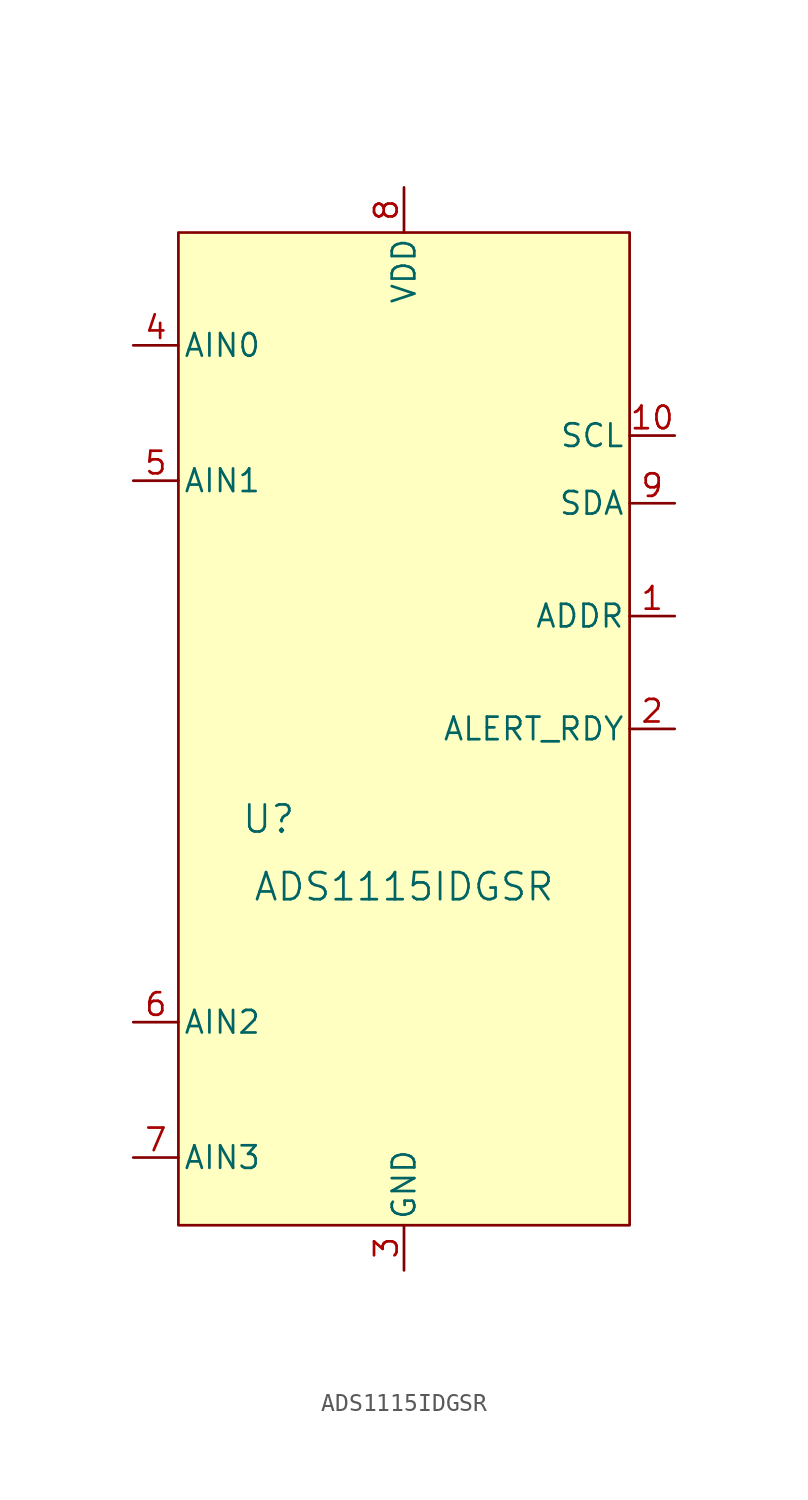
<source format=kicad_sym>
(kicad_symbol_lib
  (version 20241209)
  (generator "kicad_symbol_editor")
  (generator_version "9.0")
  (symbol "ADS1115IDGSR"
    (pin_names
      (offset 0.254))
    (property "Reference" "U"
      (at -12.7 -20.32 0)
      (effects (font (size 1.524 1.524))))
    (property "Value" "ADS1115IDGSR"
      (at -5.08 -24.13 0)
      (effects (font (size 1.524 1.524))))
    (symbol "ADS1115IDGSR_1_1"
      (rectangle (start -17.78 12.7) (end 7.62 -43.18) (stroke (width 0) (type default)) (fill (type background)))
      (pin input line (at -20.32 6.35 0) (length 2.54) (name "AIN0" (effects (font (size 1.27 1.27)))) (number "4" (effects (font (size 1.27 1.27)))))
      (pin input line (at -20.32 -1.27 0) (length 2.54) (name "AIN1" (effects (font (size 1.27 1.27)))) (number "5" (effects (font (size 1.27 1.27)))))
      (pin input line (at -20.32 -31.75 0) (length 2.54) (name "AIN2" (effects (font (size 1.27 1.27)))) (number "6" (effects (font (size 1.27 1.27)))))
      (pin input line (at -20.32 -39.37 0) (length 2.54) (name "AIN3" (effects (font (size 1.27 1.27)))) (number "7" (effects (font (size 1.27 1.27)))))
      (pin power_in line (at -5.08 15.24 270) (length 2.54) (name "VDD" (effects (font (size 1.27 1.27)))) (number "8" (effects (font (size 1.27 1.27)))))
      (pin power_in line (at -5.08 -45.72 90) (length 2.54) (name "GND" (effects (font (size 1.27 1.27)))) (number "3" (effects (font (size 1.27 1.27)))))
      (pin input line (at 10.16 1.27 180) (length 2.54) (name "SCL" (effects (font (size 1.27 1.27)))) (number "10" (effects (font (size 1.27 1.27)))))
      (pin bidirectional line (at 10.16 -2.54 180) (length 2.54) (name "SDA" (effects (font (size 1.27 1.27)))) (number "9" (effects (font (size 1.27 1.27)))))
      (pin input line (at 10.16 -8.89 180) (length 2.54) (name "ADDR" (effects (font (size 1.27 1.27)))) (number "1" (effects (font (size 1.27 1.27)))))
      (pin output line (at 10.16 -15.24 180) (length 2.54) (name "ALERT_RDY" (effects (font (size 1.27 1.27)))) (number "2" (effects (font (size 1.27 1.27))))))))
</source>
